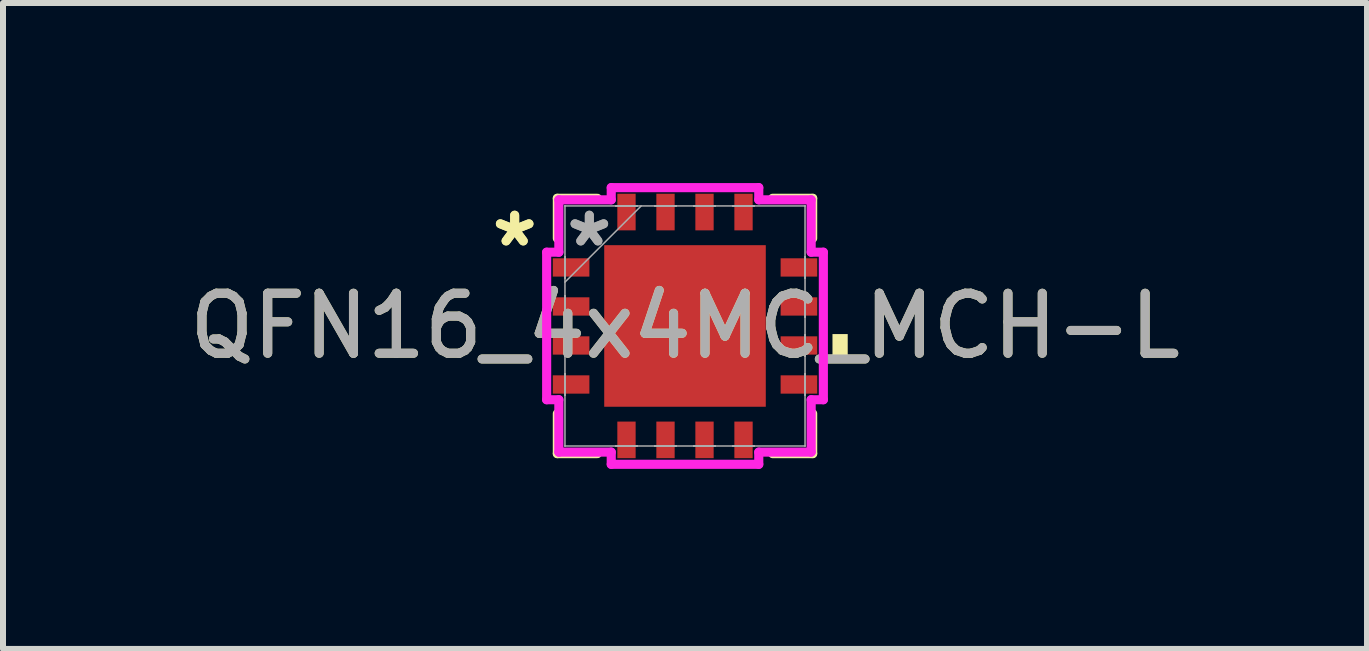
<source format=kicad_pcb>
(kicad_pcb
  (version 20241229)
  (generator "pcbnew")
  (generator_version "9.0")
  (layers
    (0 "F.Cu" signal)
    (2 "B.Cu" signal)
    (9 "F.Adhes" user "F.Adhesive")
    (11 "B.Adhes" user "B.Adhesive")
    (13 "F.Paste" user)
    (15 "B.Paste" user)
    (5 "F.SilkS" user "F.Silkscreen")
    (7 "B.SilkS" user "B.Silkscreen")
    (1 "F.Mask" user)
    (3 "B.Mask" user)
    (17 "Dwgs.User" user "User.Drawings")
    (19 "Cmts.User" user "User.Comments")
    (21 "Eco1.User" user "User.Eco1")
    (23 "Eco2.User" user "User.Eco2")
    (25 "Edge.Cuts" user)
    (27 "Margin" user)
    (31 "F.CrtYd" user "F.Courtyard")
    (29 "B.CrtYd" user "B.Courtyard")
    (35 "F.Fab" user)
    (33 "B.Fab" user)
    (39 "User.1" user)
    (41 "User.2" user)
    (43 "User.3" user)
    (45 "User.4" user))
  (footprint "QFN16_4x4MC_MCH-L"
    (layer "F.Cu")
    (at 8.363 2.381)
    (property "Reference" "QFN16_4x4MC_MCH-L" (at 0 0 0) (unlocked yes) (layer "F.SilkS") (effects (font (size 1 1) (thickness 0.15))))
    (attr smd)
    (fp_line (start -2.127 -2.127) (end -2.127 -1.46) (stroke (width 0.152) (type solid)) (layer "F.SilkS"))
    (fp_line (start -2.127 1.46) (end -2.127 2.127) (stroke (width 0.152) (type solid)) (layer "F.SilkS"))
    (fp_line (start -2.127 2.127) (end -1.46 2.127) (stroke (width 0.152) (type solid)) (layer "F.SilkS"))
    (fp_line (start -1.46 -2.127) (end -2.127 -2.127) (stroke (width 0.152) (type solid)) (layer "F.SilkS"))
    (fp_line (start 1.46 2.127) (end 2.127 2.127) (stroke (width 0.152) (type solid)) (layer "F.SilkS"))
    (fp_line (start 2.127 -2.127) (end 1.46 -2.127) (stroke (width 0.152) (type solid)) (layer "F.SilkS"))
    (fp_line (start 2.127 -1.46) (end 2.127 -2.127) (stroke (width 0.152) (type solid)) (layer "F.SilkS"))
    (fp_line (start 2.127 2.127) (end 2.127 1.46) (stroke (width 0.152) (type solid)) (layer "F.SilkS"))
    (fp_poly (pts (xy 2.711 0.135) (xy 2.711 0.516) (xy 2.457 0.516) (xy 2.457 0.135)) (stroke (width 0) (type solid)) (fill yes) (layer "F.SilkS"))
    (fp_poly (pts (xy -1.246 -1.246) (xy -1.246 -0.1) (xy -0.1 -0.1) (xy -0.1 -1.246)) (stroke (width 0) (type solid)) (fill yes) (layer "F.Paste"))
    (fp_poly (pts (xy -1.246 0.1) (xy -1.246 1.246) (xy -0.1 1.246) (xy -0.1 0.1)) (stroke (width 0) (type solid)) (fill yes) (layer "F.Paste"))
    (fp_poly (pts (xy 0.1 -1.246) (xy 0.1 -0.1) (xy 1.246 -0.1) (xy 1.246 -1.246)) (stroke (width 0) (type solid)) (fill yes) (layer "F.Paste"))
    (fp_poly (pts (xy 0.1 0.1) (xy 0.1 1.246) (xy 1.246 1.246) (xy 1.246 0.1)) (stroke (width 0) (type solid)) (fill yes) (layer "F.Paste"))
    (fp_line (start -2.305 -1.229) (end -2.102 -1.229) (stroke (width 0.152) (type solid)) (layer "F.CrtYd"))
    (fp_line (start -2.305 1.229) (end -2.305 -1.229) (stroke (width 0.152) (type solid)) (layer "F.CrtYd"))
    (fp_line (start -2.102 -2.102) (end -1.229 -2.102) (stroke (width 0.152) (type solid)) (layer "F.CrtYd"))
    (fp_line (start -2.102 -1.229) (end -2.102 -2.102) (stroke (width 0.152) (type solid)) (layer "F.CrtYd"))
    (fp_line (start -2.102 1.229) (end -2.305 1.229) (stroke (width 0.152) (type solid)) (layer "F.CrtYd"))
    (fp_line (start -2.102 2.102) (end -2.102 1.229) (stroke (width 0.152) (type solid)) (layer "F.CrtYd"))
    (fp_line (start -1.229 -2.305) (end 1.229 -2.305) (stroke (width 0.152) (type solid)) (layer "F.CrtYd"))
    (fp_line (start -1.229 -2.102) (end -1.229 -2.305) (stroke (width 0.152) (type solid)) (layer "F.CrtYd"))
    (fp_line (start -1.229 2.102) (end -2.102 2.102) (stroke (width 0.152) (type solid)) (layer "F.CrtYd"))
    (fp_line (start -1.229 2.305) (end -1.229 2.102) (stroke (width 0.152) (type solid)) (layer "F.CrtYd"))
    (fp_line (start 1.229 -2.305) (end 1.229 -2.102) (stroke (width 0.152) (type solid)) (layer "F.CrtYd"))
    (fp_line (start 1.229 -2.102) (end 2.102 -2.102) (stroke (width 0.152) (type solid)) (layer "F.CrtYd"))
    (fp_line (start 1.229 2.102) (end 1.229 2.305) (stroke (width 0.152) (type solid)) (layer "F.CrtYd"))
    (fp_line (start 1.229 2.305) (end -1.229 2.305) (stroke (width 0.152) (type solid)) (layer "F.CrtYd"))
    (fp_line (start 2.102 -2.102) (end 2.102 -1.229) (stroke (width 0.152) (type solid)) (layer "F.CrtYd"))
    (fp_line (start 2.102 -1.229) (end 2.305 -1.229) (stroke (width 0.152) (type solid)) (layer "F.CrtYd"))
    (fp_line (start 2.102 1.229) (end 2.102 2.102) (stroke (width 0.152) (type solid)) (layer "F.CrtYd"))
    (fp_line (start 2.102 2.102) (end 1.229 2.102) (stroke (width 0.152) (type solid)) (layer "F.CrtYd"))
    (fp_line (start 2.305 -1.229) (end 2.305 1.229) (stroke (width 0.152) (type solid)) (layer "F.CrtYd"))
    (fp_line (start 2.305 1.229) (end 2.102 1.229) (stroke (width 0.152) (type solid)) (layer "F.CrtYd"))
    (fp_line (start -2 -2) (end -2 -2) (stroke (width 0.025) (type solid)) (layer "F.Fab"))
    (fp_line (start -2 -2) (end -2 2) (stroke (width 0.025) (type solid)) (layer "F.Fab"))
    (fp_line (start -2 -1.153) (end -2 -1.153) (stroke (width 0.025) (type solid)) (layer "F.Fab"))
    (fp_line (start -2 -1.153) (end -2 -0.797) (stroke (width 0.025) (type solid)) (layer "F.Fab"))
    (fp_line (start -2 -0.797) (end -2 -1.153) (stroke (width 0.025) (type solid)) (layer "F.Fab"))
    (fp_line (start -2 -0.797) (end -2 -0.797) (stroke (width 0.025) (type solid)) (layer "F.Fab"))
    (fp_line (start -2 -0.73) (end -0.73 -2) (stroke (width 0.025) (type solid)) (layer "F.Fab"))
    (fp_line (start -2 -0.503) (end -2 -0.503) (stroke (width 0.025) (type solid)) (layer "F.Fab"))
    (fp_line (start -2 -0.503) (end -2 -0.147) (stroke (width 0.025) (type solid)) (layer "F.Fab"))
    (fp_line (start -2 -0.147) (end -2 -0.503) (stroke (width 0.025) (type solid)) (layer "F.Fab"))
    (fp_line (start -2 -0.147) (end -2 -0.147) (stroke (width 0.025) (type solid)) (layer "F.Fab"))
    (fp_line (start -2 0.147) (end -2 0.147) (stroke (width 0.025) (type solid)) (layer "F.Fab"))
    (fp_line (start -2 0.147) (end -2 0.503) (stroke (width 0.025) (type solid)) (layer "F.Fab"))
    (fp_line (start -2 0.503) (end -2 0.147) (stroke (width 0.025) (type solid)) (layer "F.Fab"))
    (fp_line (start -2 0.503) (end -2 0.503) (stroke (width 0.025) (type solid)) (layer "F.Fab"))
    (fp_line (start -2 0.797) (end -2 0.797) (stroke (width 0.025) (type solid)) (layer "F.Fab"))
    (fp_line (start -2 0.797) (end -2 1.153) (stroke (width 0.025) (type solid)) (layer "F.Fab"))
    (fp_line (start -2 1.153) (end -2 0.797) (stroke (width 0.025) (type solid)) (layer "F.Fab"))
    (fp_line (start -2 1.153) (end -2 1.153) (stroke (width 0.025) (type solid)) (layer "F.Fab"))
    (fp_line (start -2 2) (end -2 2) (stroke (width 0.025) (type solid)) (layer "F.Fab"))
    (fp_line (start -2 2) (end 2 2) (stroke (width 0.025) (type solid)) (layer "F.Fab"))
    (fp_line (start -1.153 -2) (end -1.153 -2) (stroke (width 0.025) (type solid)) (layer "F.Fab"))
    (fp_line (start -1.153 -2) (end -0.797 -2) (stroke (width 0.025) (type solid)) (layer "F.Fab"))
    (fp_line (start -1.153 2) (end -1.153 2) (stroke (width 0.025) (type solid)) (layer "F.Fab"))
    (fp_line (start -1.153 2) (end -0.797 2) (stroke (width 0.025) (type solid)) (layer "F.Fab"))
    (fp_line (start -0.797 -2) (end -1.153 -2) (stroke (width 0.025) (type solid)) (layer "F.Fab"))
    (fp_line (start -0.797 -2) (end -0.797 -2) (stroke (width 0.025) (type solid)) (layer "F.Fab"))
    (fp_line (start -0.797 2) (end -1.153 2) (stroke (width 0.025) (type solid)) (layer "F.Fab"))
    (fp_line (start -0.797 2) (end -0.797 2) (stroke (width 0.025) (type solid)) (layer "F.Fab"))
    (fp_line (start -0.503 -2) (end -0.503 -2) (stroke (width 0.025) (type solid)) (layer "F.Fab"))
    (fp_line (start -0.503 -2) (end -0.147 -2) (stroke (width 0.025) (type solid)) (layer "F.Fab"))
    (fp_line (start -0.503 2) (end -0.503 2) (stroke (width 0.025) (type solid)) (layer "F.Fab"))
    (fp_line (start -0.503 2) (end -0.147 2) (stroke (width 0.025) (type solid)) (layer "F.Fab"))
    (fp_line (start -0.147 -2) (end -0.503 -2) (stroke (width 0.025) (type solid)) (layer "F.Fab"))
    (fp_line (start -0.147 -2) (end -0.147 -2) (stroke (width 0.025) (type solid)) (layer "F.Fab"))
    (fp_line (start -0.147 2) (end -0.503 2) (stroke (width 0.025) (type solid)) (layer "F.Fab"))
    (fp_line (start -0.147 2) (end -0.147 2) (stroke (width 0.025) (type solid)) (layer "F.Fab"))
    (fp_line (start 0.147 -2) (end 0.147 -2) (stroke (width 0.025) (type solid)) (layer "F.Fab"))
    (fp_line (start 0.147 -2) (end 0.503 -2) (stroke (width 0.025) (type solid)) (layer "F.Fab"))
    (fp_line (start 0.147 2) (end 0.147 2) (stroke (width 0.025) (type solid)) (layer "F.Fab"))
    (fp_line (start 0.147 2) (end 0.503 2) (stroke (width 0.025) (type solid)) (layer "F.Fab"))
    (fp_line (start 0.503 -2) (end 0.147 -2) (stroke (width 0.025) (type solid)) (layer "F.Fab"))
    (fp_line (start 0.503 -2) (end 0.503 -2) (stroke (width 0.025) (type solid)) (layer "F.Fab"))
    (fp_line (start 0.503 2) (end 0.147 2) (stroke (width 0.025) (type solid)) (layer "F.Fab"))
    (fp_line (start 0.503 2) (end 0.503 2) (stroke (width 0.025) (type solid)) (layer "F.Fab"))
    (fp_line (start 0.797 -2) (end 0.797 -2) (stroke (width 0.025) (type solid)) (layer "F.Fab"))
    (fp_line (start 0.797 -2) (end 1.153 -2) (stroke (width 0.025) (type solid)) (layer "F.Fab"))
    (fp_line (start 0.797 2) (end 0.797 2) (stroke (width 0.025) (type solid)) (layer "F.Fab"))
    (fp_line (start 0.797 2) (end 1.153 2) (stroke (width 0.025) (type solid)) (layer "F.Fab"))
    (fp_line (start 1.153 -2) (end 0.797 -2) (stroke (width 0.025) (type solid)) (layer "F.Fab"))
    (fp_line (start 1.153 -2) (end 1.153 -2) (stroke (width 0.025) (type solid)) (layer "F.Fab"))
    (fp_line (start 1.153 2) (end 0.797 2) (stroke (width 0.025) (type solid)) (layer "F.Fab"))
    (fp_line (start 1.153 2) (end 1.153 2) (stroke (width 0.025) (type solid)) (layer "F.Fab"))
    (fp_line (start 2 -2) (end -2 -2) (stroke (width 0.025) (type solid)) (layer "F.Fab"))
    (fp_line (start 2 -2) (end 2 -2) (stroke (width 0.025) (type solid)) (layer "F.Fab"))
    (fp_line (start 2 -1.153) (end 2 -1.153) (stroke (width 0.025) (type solid)) (layer "F.Fab"))
    (fp_line (start 2 -1.153) (end 2 -0.797) (stroke (width 0.025) (type solid)) (layer "F.Fab"))
    (fp_line (start 2 -0.797) (end 2 -1.153) (stroke (width 0.025) (type solid)) (layer "F.Fab"))
    (fp_line (start 2 -0.797) (end 2 -0.797) (stroke (width 0.025) (type solid)) (layer "F.Fab"))
    (fp_line (start 2 -0.503) (end 2 -0.503) (stroke (width 0.025) (type solid)) (layer "F.Fab"))
    (fp_line (start 2 -0.503) (end 2 -0.147) (stroke (width 0.025) (type solid)) (layer "F.Fab"))
    (fp_line (start 2 -0.147) (end 2 -0.503) (stroke (width 0.025) (type solid)) (layer "F.Fab"))
    (fp_line (start 2 -0.147) (end 2 -0.147) (stroke (width 0.025) (type solid)) (layer "F.Fab"))
    (fp_line (start 2 0.147) (end 2 0.147) (stroke (width 0.025) (type solid)) (layer "F.Fab"))
    (fp_line (start 2 0.147) (end 2 0.503) (stroke (width 0.025) (type solid)) (layer "F.Fab"))
    (fp_line (start 2 0.503) (end 2 0.147) (stroke (width 0.025) (type solid)) (layer "F.Fab"))
    (fp_line (start 2 0.503) (end 2 0.503) (stroke (width 0.025) (type solid)) (layer "F.Fab"))
    (fp_line (start 2 0.797) (end 2 0.797) (stroke (width 0.025) (type solid)) (layer "F.Fab"))
    (fp_line (start 2 0.797) (end 2 1.153) (stroke (width 0.025) (type solid)) (layer "F.Fab"))
    (fp_line (start 2 1.153) (end 2 0.797) (stroke (width 0.025) (type solid)) (layer "F.Fab"))
    (fp_line (start 2 1.153) (end 2 1.153) (stroke (width 0.025) (type solid)) (layer "F.Fab"))
    (fp_line (start 2 2) (end 2 -2) (stroke (width 0.025) (type solid)) (layer "F.Fab"))
    (fp_line (start 2 2) (end 2 2) (stroke (width 0.025) (type solid)) (layer "F.Fab"))
    (fp_text user "*" (at -2.838 -1.3 0) (layer "F.SilkS") (effects (font (size 1 1) (thickness 0.15))))
    (fp_text user "*" (at -2.838 -1.3 0) (unlocked yes) (layer "F.SilkS") (effects (font (size 1 1) (thickness 0.15))))
    (fp_text user "*" (at -1.594 -1.3 0) (layer "F.Fab") (effects (font (size 1 1) (thickness 0.15))))
    (fp_text user "${REFERENCE}" (at 0 0 0) (unlocked yes) (layer "F.Fab") (effects (font (size 1 1) (thickness 0.15))))
    (fp_text user "*" (at -1.594 -1.3 0) (unlocked yes) (layer "F.Fab") (effects (font (size 1 1) (thickness 0.15))))
    (pad "1" smd rect (at -1.898 -0.975 90) (size 0.305 0.61) (layers "F.Cu" "F.Mask" "F.Paste"))
    (pad "2" smd rect (at -1.898 -0.325 90) (size 0.305 0.61) (layers "F.Cu" "F.Mask" "F.Paste"))
    (pad "3" smd rect (at -1.898 0.325 90) (size 0.305 0.61) (layers "F.Cu" "F.Mask" "F.Paste"))
    (pad "4" smd rect (at -1.898 0.975 90) (size 0.305 0.61) (layers "F.Cu" "F.Mask" "F.Paste"))
    (pad "5" smd rect (at -0.975 1.898) (size 0.305 0.61) (layers "F.Cu" "F.Mask" "F.Paste"))
    (pad "6" smd rect (at -0.325 1.898) (size 0.305 0.61) (layers "F.Cu" "F.Mask" "F.Paste"))
    (pad "7" smd rect (at 0.325 1.898) (size 0.305 0.61) (layers "F.Cu" "F.Mask" "F.Paste"))
    (pad "8" smd rect (at 0.975 1.898) (size 0.305 0.61) (layers "F.Cu" "F.Mask" "F.Paste"))
    (pad "9" smd rect (at 1.898 0.975 90) (size 0.305 0.61) (layers "F.Cu" "F.Mask" "F.Paste"))
    (pad "10" smd rect (at 1.898 0.325 90) (size 0.305 0.61) (layers "F.Cu" "F.Mask" "F.Paste"))
    (pad "11" smd rect (at 1.898 -0.325 90) (size 0.305 0.61) (layers "F.Cu" "F.Mask" "F.Paste"))
    (pad "12" smd rect (at 1.898 -0.975 90) (size 0.305 0.61) (layers "F.Cu" "F.Mask" "F.Paste"))
    (pad "13" smd rect (at 0.975 -1.898) (size 0.305 0.61) (layers "F.Cu" "F.Mask" "F.Paste"))
    (pad "14" smd rect (at 0.325 -1.898) (size 0.305 0.61) (layers "F.Cu" "F.Mask" "F.Paste"))
    (pad "15" smd rect (at -0.325 -1.898) (size 0.305 0.61) (layers "F.Cu" "F.Mask" "F.Paste"))
    (pad "16" smd rect (at -0.975 -1.898) (size 0.305 0.61) (layers "F.Cu" "F.Mask" "F.Paste"))
    (pad "17" smd rect (at 0 0) (size 2.692 2.692) (layers "F.Cu" "F.Mask" "F.Paste")))
  (gr_rect
    (start -3 -3)
    (end 19.726 7.762)
    (stroke (width 0.1) (type default))
    (fill no)
    (layer "Edge.Cuts")))
</source>
